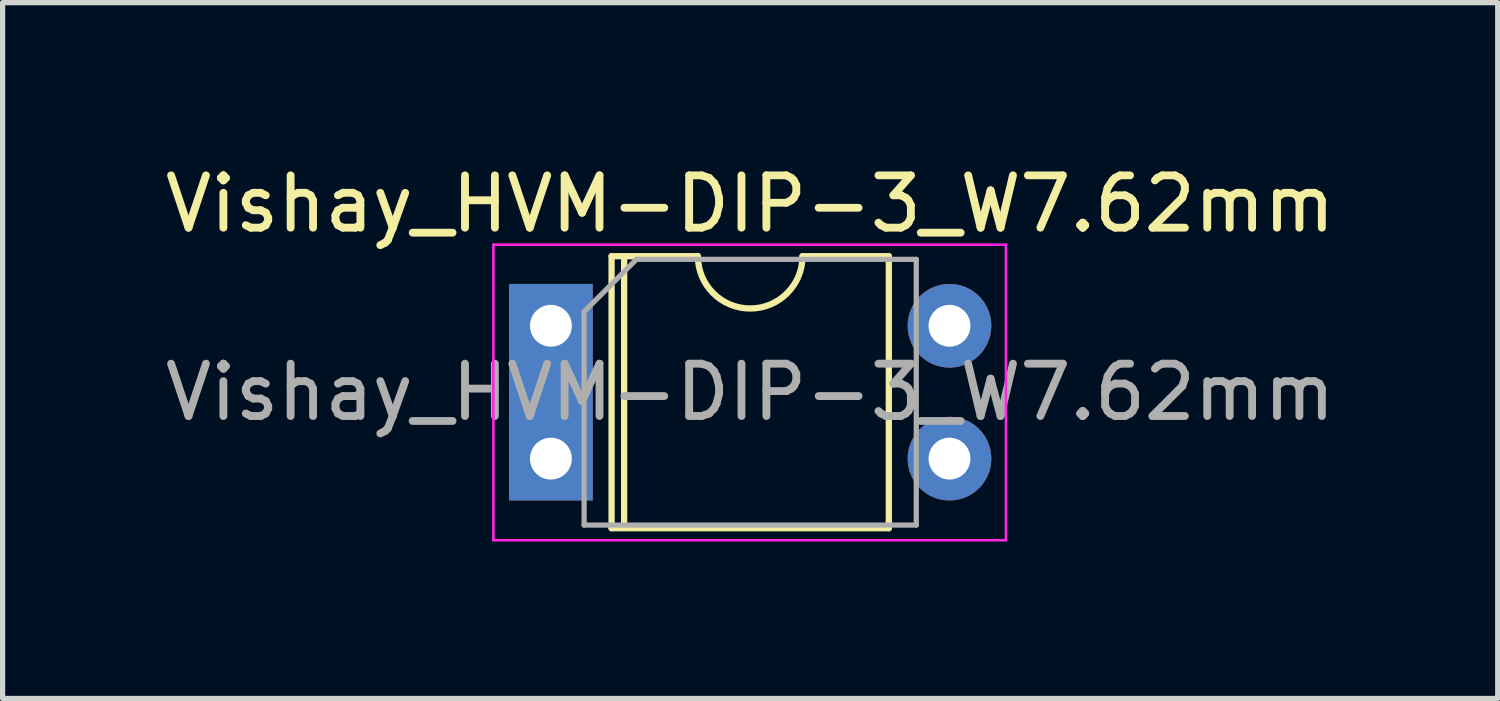
<source format=kicad_pcb>
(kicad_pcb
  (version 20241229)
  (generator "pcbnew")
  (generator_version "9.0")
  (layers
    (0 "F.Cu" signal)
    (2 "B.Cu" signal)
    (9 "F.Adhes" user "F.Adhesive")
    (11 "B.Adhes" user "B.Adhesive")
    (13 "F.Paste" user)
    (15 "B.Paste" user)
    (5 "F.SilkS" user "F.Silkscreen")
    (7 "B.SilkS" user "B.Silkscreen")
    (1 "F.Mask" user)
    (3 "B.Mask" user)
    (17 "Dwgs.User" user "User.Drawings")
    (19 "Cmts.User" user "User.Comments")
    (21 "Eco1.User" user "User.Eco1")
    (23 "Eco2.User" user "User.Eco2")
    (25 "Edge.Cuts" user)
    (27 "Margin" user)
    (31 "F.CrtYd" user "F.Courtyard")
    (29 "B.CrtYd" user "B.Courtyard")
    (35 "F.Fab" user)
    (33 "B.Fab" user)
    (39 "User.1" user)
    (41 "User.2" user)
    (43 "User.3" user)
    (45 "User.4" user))
  (footprint "Vishay_HVM-DIP-3_W7.62mm"
    (layer "F.Cu")
    (at 7.482 3.178)
    (property "Reference" "Vishay_HVM-DIP-3_W7.62mm" (at 3.81 -2.33 0) (layer "F.SilkS") (effects (font (size 1 1) (thickness 0.15))))
    (attr through_hole)
    (fp_line (start 1.16 -1.33) (end 1.16 3.87) (stroke (width 0.12) (type solid)) (layer "F.SilkS"))
    (fp_line (start 1.16 3.87) (end 6.46 3.87) (stroke (width 0.12) (type solid)) (layer "F.SilkS"))
    (fp_line (start 1.4 -1.3) (end 1.4 3.8) (stroke (width 0.12) (type solid)) (layer "F.SilkS"))
    (fp_line (start 2.81 -1.33) (end 1.16 -1.33) (stroke (width 0.12) (type solid)) (layer "F.SilkS"))
    (fp_line (start 6.46 -1.33) (end 4.81 -1.33) (stroke (width 0.12) (type solid)) (layer "F.SilkS"))
    (fp_line (start 6.46 3.87) (end 6.46 -1.33) (stroke (width 0.12) (type solid)) (layer "F.SilkS"))
    (fp_arc (start 4.81 -1.33) (mid 3.81 -0.33) (end 2.81 -1.33) (stroke (width 0.12) (type solid)) (layer "F.SilkS"))
    (fp_line (start -1.1 -1.55) (end -1.1 4.1) (stroke (width 0.05) (type solid)) (layer "F.CrtYd"))
    (fp_line (start -1.1 4.1) (end 8.7 4.1) (stroke (width 0.05) (type solid)) (layer "F.CrtYd"))
    (fp_line (start 8.7 -1.55) (end -1.1 -1.55) (stroke (width 0.05) (type solid)) (layer "F.CrtYd"))
    (fp_line (start 8.7 4.1) (end 8.7 -1.55) (stroke (width 0.05) (type solid)) (layer "F.CrtYd"))
    (fp_line (start 0.635 -0.27) (end 1.635 -1.27) (stroke (width 0.1) (type solid)) (layer "F.Fab"))
    (fp_line (start 0.635 3.81) (end 0.635 -0.27) (stroke (width 0.1) (type solid)) (layer "F.Fab"))
    (fp_line (start 1.635 -1.27) (end 6.985 -1.27) (stroke (width 0.1) (type solid)) (layer "F.Fab"))
    (fp_line (start 6.985 -1.27) (end 6.985 3.81) (stroke (width 0.1) (type solid)) (layer "F.Fab"))
    (fp_line (start 6.985 3.81) (end 0.635 3.81) (stroke (width 0.1) (type solid)) (layer "F.Fab"))
    (fp_text user "${REFERENCE}" (at 3.81 1.27 0) (layer "F.Fab") (effects (font (size 1 1) (thickness 0.15))))
    (pad "1" thru_hole rect (at 0 0) (size 1.6 1.6) (drill 0.8) (layers "*.Cu" "*.Mask"))
    (pad "1" thru_hole rect (at 0 2.54) (size 1.6 2.6) (drill 0.8 (offset 0 -0.5)) (layers "*.Cu" "*.Mask"))
    (pad "2" thru_hole oval (at 7.62 2.54) (size 1.6 1.6) (drill 0.8) (layers "*.Cu" "*.Mask"))
    (pad "3" thru_hole oval (at 7.62 0) (size 1.6 1.6) (drill 0.8) (layers "*.Cu" "*.Mask")))
  (gr_rect
    (start -3 -3)
    (end 25.583 10.303)
    (stroke (width 0.1) (type default))
    (fill no)
    (layer "Edge.Cuts")))
</source>
